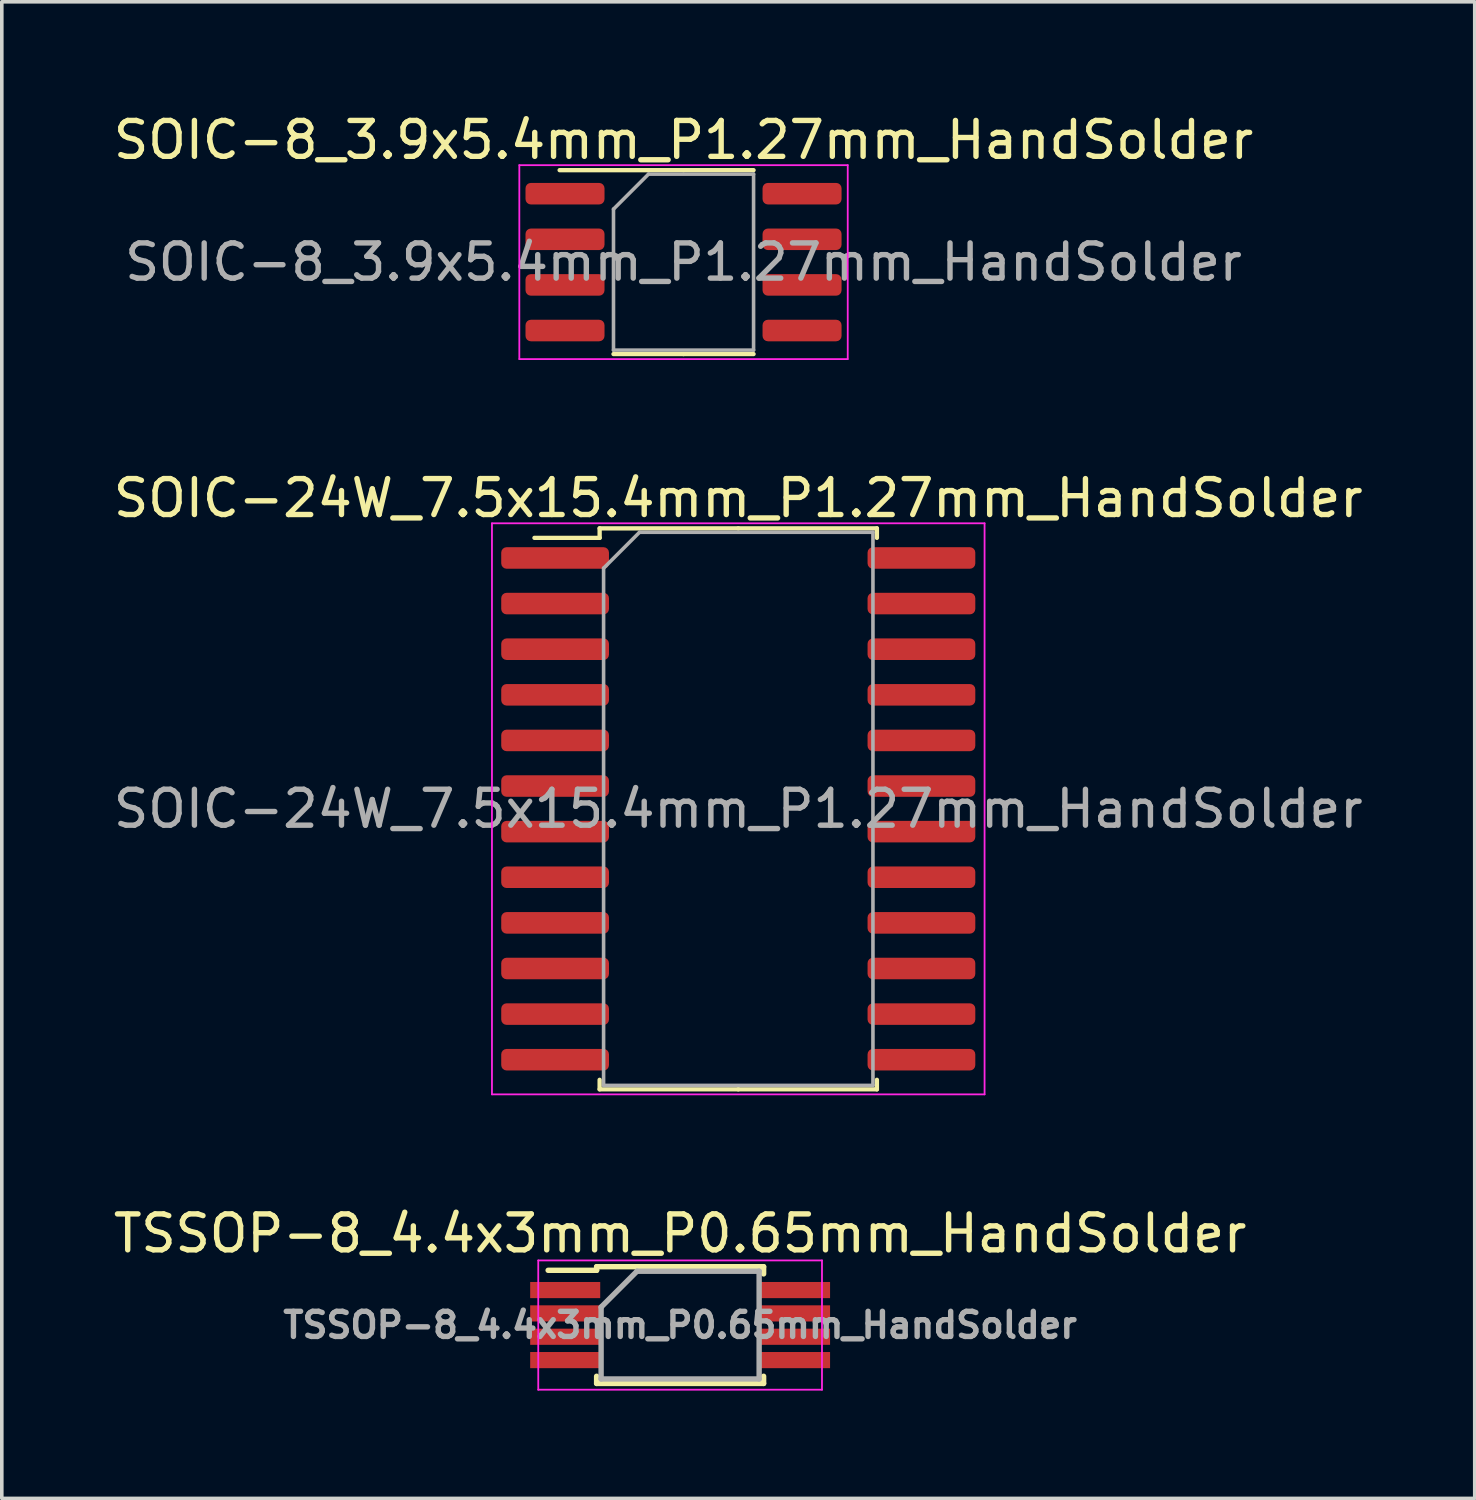
<source format=kicad_pcb>
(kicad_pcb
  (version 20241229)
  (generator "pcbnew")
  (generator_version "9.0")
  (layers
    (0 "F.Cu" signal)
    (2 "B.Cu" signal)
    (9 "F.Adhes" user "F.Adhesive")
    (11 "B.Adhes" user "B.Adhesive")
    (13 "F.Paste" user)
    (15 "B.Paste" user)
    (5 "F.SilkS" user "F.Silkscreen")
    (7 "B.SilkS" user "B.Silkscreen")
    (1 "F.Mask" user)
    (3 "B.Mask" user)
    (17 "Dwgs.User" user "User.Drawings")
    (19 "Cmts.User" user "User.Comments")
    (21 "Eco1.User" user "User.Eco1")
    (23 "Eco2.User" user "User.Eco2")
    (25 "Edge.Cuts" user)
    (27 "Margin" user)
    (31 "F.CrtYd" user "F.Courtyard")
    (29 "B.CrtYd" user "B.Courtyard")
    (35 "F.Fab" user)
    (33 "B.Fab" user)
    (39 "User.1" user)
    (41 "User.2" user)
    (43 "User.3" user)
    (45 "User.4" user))
  (footprint "TSSOP-8_4.4x3mm_P0.65mm_HandSolder"
    (layer "F.Cu")
    (at 15.887 33.845)
    (property "Reference" "TSSOP-8_4.4x3mm_P0.65mm_HandSolder" (at 0 -2.55 0) (layer "F.SilkS") (effects (font (size 1 1) (thickness 0.15))))
    (attr smd)
    (fp_line (start -2.325 -1.625) (end -2.325 -1.525) (stroke (width 0.15) (type solid)) (layer "F.SilkS"))
    (fp_line (start -2.325 -1.625) (end 2.325 -1.625) (stroke (width 0.15) (type solid)) (layer "F.SilkS"))
    (fp_line (start -2.325 -1.525) (end -3.675 -1.525) (stroke (width 0.15) (type solid)) (layer "F.SilkS"))
    (fp_line (start -2.325 1.625) (end -2.325 1.425) (stroke (width 0.15) (type solid)) (layer "F.SilkS"))
    (fp_line (start -2.325 1.625) (end 2.325 1.625) (stroke (width 0.15) (type solid)) (layer "F.SilkS"))
    (fp_line (start 2.325 -1.625) (end 2.325 -1.425) (stroke (width 0.15) (type solid)) (layer "F.SilkS"))
    (fp_line (start 2.325 1.625) (end 2.325 1.425) (stroke (width 0.15) (type solid)) (layer "F.SilkS"))
    (fp_line (start -3.95 -1.8) (end -3.95 1.8) (stroke (width 0.05) (type solid)) (layer "F.CrtYd"))
    (fp_line (start -3.95 -1.8) (end 3.95 -1.8) (stroke (width 0.05) (type solid)) (layer "F.CrtYd"))
    (fp_line (start -3.95 1.8) (end 3.95 1.8) (stroke (width 0.05) (type solid)) (layer "F.CrtYd"))
    (fp_line (start 3.95 -1.8) (end 3.95 1.8) (stroke (width 0.05) (type solid)) (layer "F.CrtYd"))
    (fp_line (start -2.2 -0.5) (end -1.2 -1.5) (stroke (width 0.15) (type solid)) (layer "F.Fab"))
    (fp_line (start -2.2 1.5) (end -2.2 -0.5) (stroke (width 0.15) (type solid)) (layer "F.Fab"))
    (fp_line (start -1.2 -1.5) (end 2.2 -1.5) (stroke (width 0.15) (type solid)) (layer "F.Fab"))
    (fp_line (start 2.2 -1.5) (end 2.2 1.5) (stroke (width 0.15) (type solid)) (layer "F.Fab"))
    (fp_line (start 2.2 1.5) (end -2.2 1.5) (stroke (width 0.15) (type solid)) (layer "F.Fab"))
    (fp_text user "${REFERENCE}" (at 0 0 0) (layer "F.Fab") (effects (font (size 0.7 0.7) (thickness 0.15))))
    (pad "1" smd rect (at -2.95 -0.975) (size 1.95 0.45) (drill (offset -0.25 0)) (layers "F.Cu" "F.Mask" "F.Paste"))
    (pad "2" smd rect (at -2.95 -0.325) (size 1.95 0.45) (drill (offset -0.25 0)) (layers "F.Cu" "F.Mask" "F.Paste"))
    (pad "3" smd rect (at -2.95 0.325) (size 1.95 0.45) (drill (offset -0.25 0)) (layers "F.Cu" "F.Mask" "F.Paste"))
    (pad "4" smd rect (at -2.95 0.975) (size 1.95 0.45) (drill (offset -0.25 0)) (layers "F.Cu" "F.Mask" "F.Paste"))
    (pad "5" smd rect (at 2.95 0.975) (size 1.95 0.45) (drill (offset 0.25 0)) (layers "F.Cu" "F.Mask" "F.Paste"))
    (pad "6" smd rect (at 2.95 0.325) (size 1.95 0.45) (drill (offset 0.25 0)) (layers "F.Cu" "F.Mask" "F.Paste"))
    (pad "7" smd rect (at 2.95 -0.325) (size 1.95 0.45) (drill (offset 0.25 0)) (layers "F.Cu" "F.Mask" "F.Paste"))
    (pad "8" smd rect (at 2.95 -0.975) (size 1.95 0.45) (drill (offset 0.25 0)) (layers "F.Cu" "F.Mask" "F.Paste")))
  (footprint "SOIC-8_3.9x5.4mm_P1.27mm_HandSolder"
    (layer "F.Cu")
    (at 15.982 4.248)
    (property "Reference" "SOIC-8_3.9x5.4mm_P1.27mm_HandSolder" (at 0 -3.4 0) (layer "F.SilkS") (effects (font (size 1 1) (thickness 0.15))))
    (attr smd)
    (fp_line (start 0 -2.56) (end -3.45 -2.56) (stroke (width 0.12) (type solid)) (layer "F.SilkS"))
    (fp_line (start 0 -2.56) (end 1.95 -2.56) (stroke (width 0.12) (type solid)) (layer "F.SilkS"))
    (fp_line (start 0 2.56) (end -1.95 2.56) (stroke (width 0.12) (type solid)) (layer "F.SilkS"))
    (fp_line (start 0 2.56) (end 1.95 2.56) (stroke (width 0.12) (type solid)) (layer "F.SilkS"))
    (fp_line (start -4.572 -2.7) (end -4.572 2.7) (stroke (width 0.05) (type solid)) (layer "F.CrtYd"))
    (fp_line (start -4.572 2.7) (end 4.572 2.7) (stroke (width 0.05) (type solid)) (layer "F.CrtYd"))
    (fp_line (start 4.572 -2.7) (end -4.572 -2.7) (stroke (width 0.05) (type solid)) (layer "F.CrtYd"))
    (fp_line (start 4.572 2.7) (end 4.572 -2.7) (stroke (width 0.05) (type solid)) (layer "F.CrtYd"))
    (fp_line (start -1.95 -1.475) (end -0.975 -2.45) (stroke (width 0.1) (type solid)) (layer "F.Fab"))
    (fp_line (start -1.95 2.45) (end -1.95 -1.475) (stroke (width 0.1) (type solid)) (layer "F.Fab"))
    (fp_line (start -0.975 -2.45) (end 1.95 -2.45) (stroke (width 0.1) (type solid)) (layer "F.Fab"))
    (fp_line (start 1.95 -2.45) (end 1.95 2.45) (stroke (width 0.1) (type solid)) (layer "F.Fab"))
    (fp_line (start 1.95 2.45) (end -1.95 2.45) (stroke (width 0.1) (type solid)) (layer "F.Fab"))
    (fp_text user "${REFERENCE}" (at 0 0 0) (layer "F.Fab") (effects (font (size 0.98 0.98) (thickness 0.15))))
    (pad "1" smd roundrect (at -3.3 -1.905) (size 2.2 0.6) (layers "F.Cu" "F.Mask" "F.Paste") (roundrect_rratio 0.25))
    (pad "2" smd roundrect (at -3.3 -0.635) (size 2.2 0.6) (layers "F.Cu" "F.Mask" "F.Paste") (roundrect_rratio 0.25))
    (pad "3" smd roundrect (at -3.3 0.635) (size 2.2 0.6) (layers "F.Cu" "F.Mask" "F.Paste") (roundrect_rratio 0.25))
    (pad "4" smd roundrect (at -3.3 1.905) (size 2.2 0.6) (layers "F.Cu" "F.Mask" "F.Paste") (roundrect_rratio 0.25))
    (pad "5" smd roundrect (at 3.3 1.905) (size 2.2 0.6) (layers "F.Cu" "F.Mask" "F.Paste") (roundrect_rratio 0.25))
    (pad "6" smd roundrect (at 3.3 0.635) (size 2.2 0.6) (layers "F.Cu" "F.Mask" "F.Paste") (roundrect_rratio 0.25))
    (pad "7" smd roundrect (at 3.3 -0.635) (size 2.2 0.6) (layers "F.Cu" "F.Mask" "F.Paste") (roundrect_rratio 0.25))
    (pad "8" smd roundrect (at 3.3 -1.905) (size 2.2 0.6) (layers "F.Cu" "F.Mask" "F.Paste") (roundrect_rratio 0.25)))
  (footprint "SOIC-24W_7.5x15.4mm_P1.27mm_HandSolder"
    (layer "F.Cu")
    (at 17.506 19.471)
    (property "Reference" "SOIC-24W_7.5x15.4mm_P1.27mm_HandSolder" (at 0 -8.65 0) (layer "F.SilkS") (effects (font (size 1 1) (thickness 0.15))))
    (attr smd)
    (fp_line (start -3.86 -7.81) (end -3.86 -7.545) (stroke (width 0.12) (type solid)) (layer "F.SilkS"))
    (fp_line (start -3.86 -7.545) (end -5.675 -7.545) (stroke (width 0.12) (type solid)) (layer "F.SilkS"))
    (fp_line (start -3.86 7.81) (end -3.86 7.545) (stroke (width 0.12) (type solid)) (layer "F.SilkS"))
    (fp_line (start 0 -7.81) (end -3.86 -7.81) (stroke (width 0.12) (type solid)) (layer "F.SilkS"))
    (fp_line (start 0 -7.81) (end 3.86 -7.81) (stroke (width 0.12) (type solid)) (layer "F.SilkS"))
    (fp_line (start 0 7.81) (end -3.86 7.81) (stroke (width 0.12) (type solid)) (layer "F.SilkS"))
    (fp_line (start 0 7.81) (end 3.86 7.81) (stroke (width 0.12) (type solid)) (layer "F.SilkS"))
    (fp_line (start 3.86 -7.81) (end 3.86 -7.545) (stroke (width 0.12) (type solid)) (layer "F.SilkS"))
    (fp_line (start 3.86 7.81) (end 3.86 7.545) (stroke (width 0.12) (type solid)) (layer "F.SilkS"))
    (fp_line (start -6.858 -7.95) (end -6.858 7.95) (stroke (width 0.05) (type solid)) (layer "F.CrtYd"))
    (fp_line (start -6.858 7.95) (end 6.858 7.95) (stroke (width 0.05) (type solid)) (layer "F.CrtYd"))
    (fp_line (start 6.858 -7.95) (end -6.858 -7.95) (stroke (width 0.05) (type solid)) (layer "F.CrtYd"))
    (fp_line (start 6.858 7.95) (end 6.858 -7.95) (stroke (width 0.05) (type solid)) (layer "F.CrtYd"))
    (fp_line (start -3.75 -6.7) (end -2.75 -7.7) (stroke (width 0.1) (type solid)) (layer "F.Fab"))
    (fp_line (start -3.75 7.7) (end -3.75 -6.7) (stroke (width 0.1) (type solid)) (layer "F.Fab"))
    (fp_line (start -2.75 -7.7) (end 3.75 -7.7) (stroke (width 0.1) (type solid)) (layer "F.Fab"))
    (fp_line (start 3.75 -7.7) (end 3.75 7.7) (stroke (width 0.1) (type solid)) (layer "F.Fab"))
    (fp_line (start 3.75 7.7) (end -3.75 7.7) (stroke (width 0.1) (type solid)) (layer "F.Fab"))
    (fp_text user "${REFERENCE}" (at 0 0 0) (layer "F.Fab") (effects (font (size 1 1) (thickness 0.15))))
    (pad "1" smd roundrect (at -5.1 -6.985) (size 3 0.6) (layers "F.Cu" "F.Mask" "F.Paste") (roundrect_rratio 0.25))
    (pad "2" smd roundrect (at -5.1 -5.715) (size 3 0.6) (layers "F.Cu" "F.Mask" "F.Paste") (roundrect_rratio 0.25))
    (pad "3" smd roundrect (at -5.1 -4.445) (size 3 0.6) (layers "F.Cu" "F.Mask" "F.Paste") (roundrect_rratio 0.25))
    (pad "4" smd roundrect (at -5.1 -3.175) (size 3 0.6) (layers "F.Cu" "F.Mask" "F.Paste") (roundrect_rratio 0.25))
    (pad "5" smd roundrect (at -5.1 -1.905) (size 3 0.6) (layers "F.Cu" "F.Mask" "F.Paste") (roundrect_rratio 0.25))
    (pad "6" smd roundrect (at -5.1 -0.635) (size 3 0.6) (layers "F.Cu" "F.Mask" "F.Paste") (roundrect_rratio 0.25))
    (pad "7" smd roundrect (at -5.1 0.635) (size 3 0.6) (layers "F.Cu" "F.Mask" "F.Paste") (roundrect_rratio 0.25))
    (pad "8" smd roundrect (at -5.1 1.905) (size 3 0.6) (layers "F.Cu" "F.Mask" "F.Paste") (roundrect_rratio 0.25))
    (pad "9" smd roundrect (at -5.1 3.175) (size 3 0.6) (layers "F.Cu" "F.Mask" "F.Paste") (roundrect_rratio 0.25))
    (pad "10" smd roundrect (at -5.1 4.445) (size 3 0.6) (layers "F.Cu" "F.Mask" "F.Paste") (roundrect_rratio 0.25))
    (pad "11" smd roundrect (at -5.1 5.715) (size 3 0.6) (layers "F.Cu" "F.Mask" "F.Paste") (roundrect_rratio 0.25))
    (pad "12" smd roundrect (at -5.1 6.985) (size 3 0.6) (layers "F.Cu" "F.Mask" "F.Paste") (roundrect_rratio 0.25))
    (pad "13" smd roundrect (at 5.1 6.985) (size 3 0.6) (layers "F.Cu" "F.Mask" "F.Paste") (roundrect_rratio 0.25))
    (pad "14" smd roundrect (at 5.1 5.715) (size 3 0.6) (layers "F.Cu" "F.Mask" "F.Paste") (roundrect_rratio 0.25))
    (pad "15" smd roundrect (at 5.1 4.445) (size 3 0.6) (layers "F.Cu" "F.Mask" "F.Paste") (roundrect_rratio 0.25))
    (pad "16" smd roundrect (at 5.1 3.175) (size 3 0.6) (layers "F.Cu" "F.Mask" "F.Paste") (roundrect_rratio 0.25))
    (pad "17" smd roundrect (at 5.1 1.905) (size 3 0.6) (layers "F.Cu" "F.Mask" "F.Paste") (roundrect_rratio 0.25))
    (pad "18" smd roundrect (at 5.1 0.635) (size 3 0.6) (layers "F.Cu" "F.Mask" "F.Paste") (roundrect_rratio 0.25))
    (pad "19" smd roundrect (at 5.1 -0.635) (size 3 0.6) (layers "F.Cu" "F.Mask" "F.Paste") (roundrect_rratio 0.25))
    (pad "20" smd roundrect (at 5.1 -1.905) (size 3 0.6) (layers "F.Cu" "F.Mask" "F.Paste") (roundrect_rratio 0.25))
    (pad "21" smd roundrect (at 5.1 -3.175) (size 3 0.6) (layers "F.Cu" "F.Mask" "F.Paste") (roundrect_rratio 0.25))
    (pad "22" smd roundrect (at 5.1 -4.445) (size 3 0.6) (layers "F.Cu" "F.Mask" "F.Paste") (roundrect_rratio 0.25))
    (pad "23" smd roundrect (at 5.1 -5.715) (size 3 0.6) (layers "F.Cu" "F.Mask" "F.Paste") (roundrect_rratio 0.25))
    (pad "24" smd roundrect (at 5.1 -6.985) (size 3 0.6) (layers "F.Cu" "F.Mask" "F.Paste") (roundrect_rratio 0.25)))
  (gr_rect
    (start -3 -3)
    (end 38.012 38.67)
    (stroke (width 0.1) (type default))
    (fill no)
    (layer "Edge.Cuts")))
</source>
